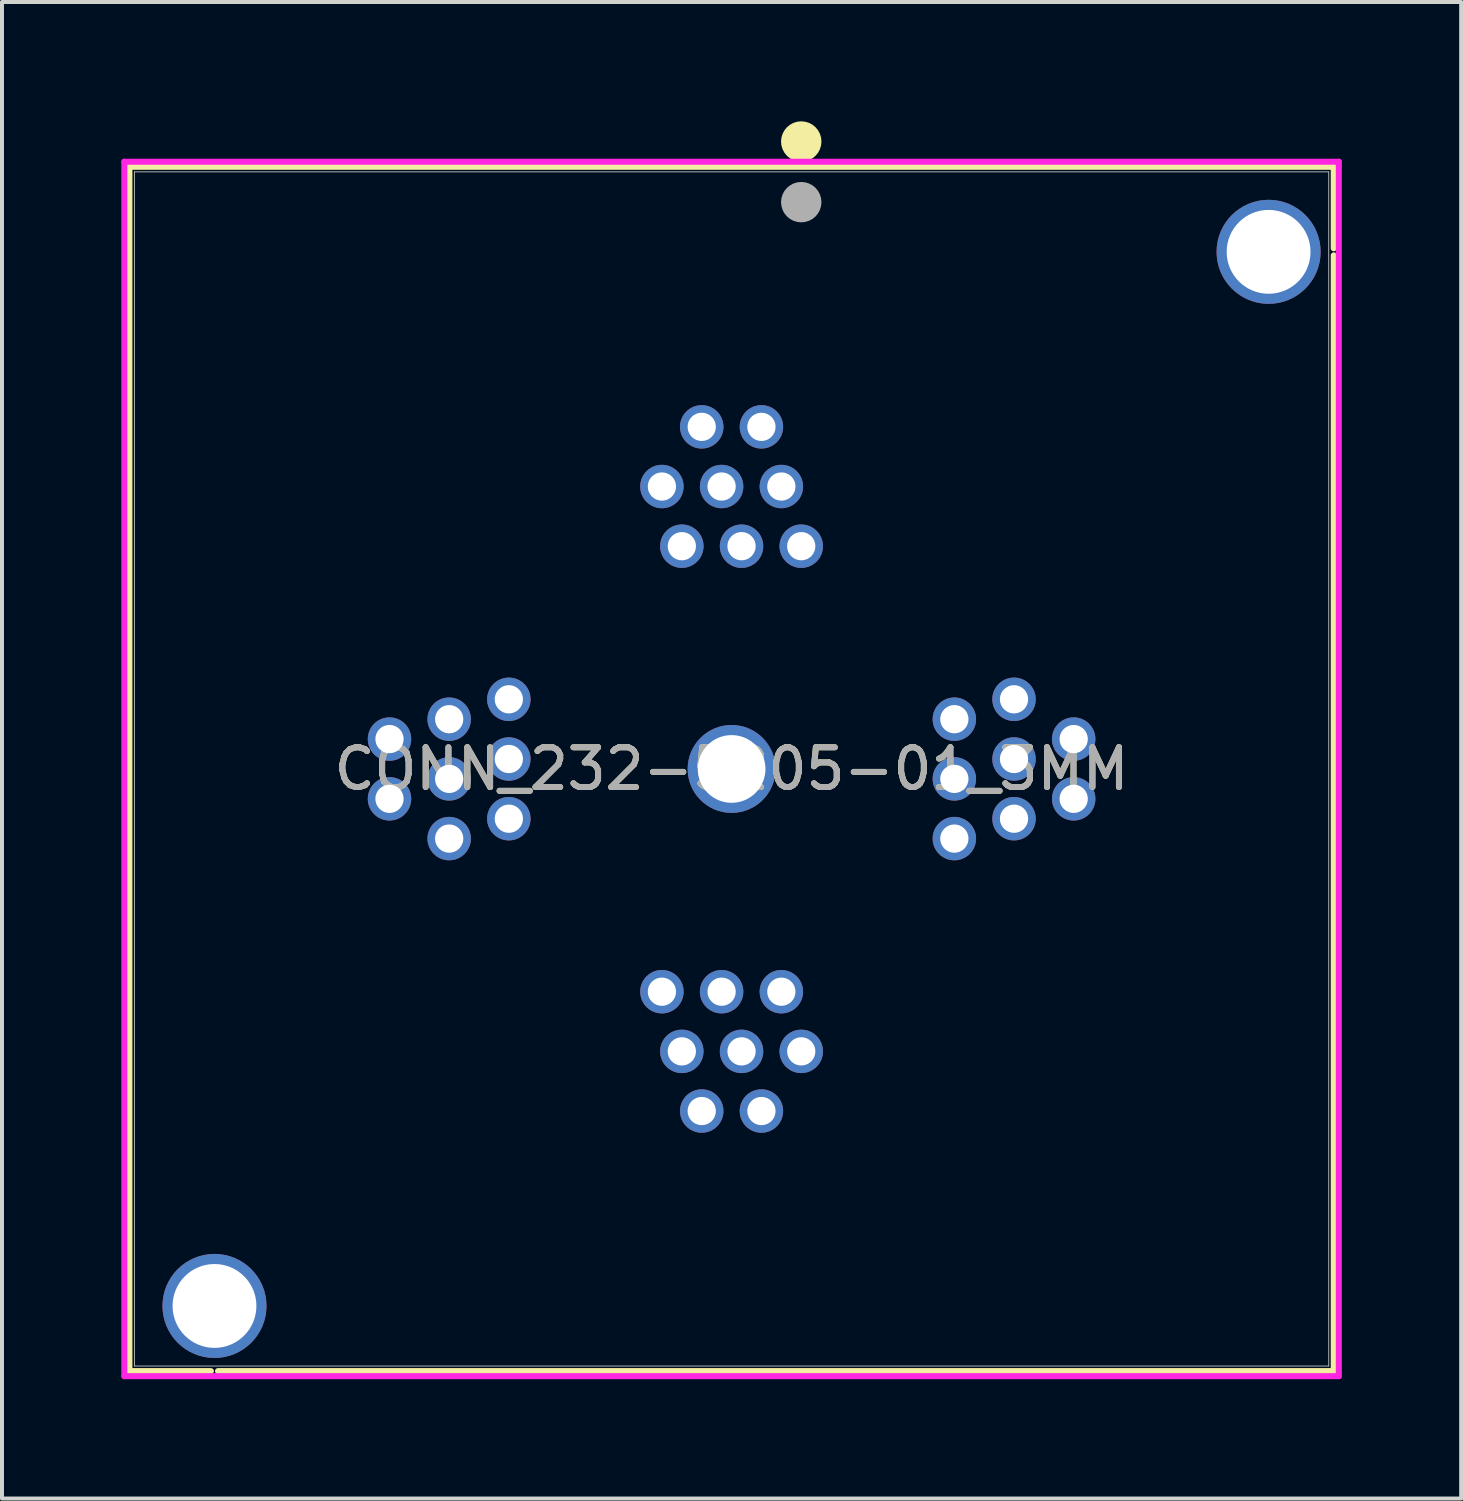
<source format=kicad_pcb>
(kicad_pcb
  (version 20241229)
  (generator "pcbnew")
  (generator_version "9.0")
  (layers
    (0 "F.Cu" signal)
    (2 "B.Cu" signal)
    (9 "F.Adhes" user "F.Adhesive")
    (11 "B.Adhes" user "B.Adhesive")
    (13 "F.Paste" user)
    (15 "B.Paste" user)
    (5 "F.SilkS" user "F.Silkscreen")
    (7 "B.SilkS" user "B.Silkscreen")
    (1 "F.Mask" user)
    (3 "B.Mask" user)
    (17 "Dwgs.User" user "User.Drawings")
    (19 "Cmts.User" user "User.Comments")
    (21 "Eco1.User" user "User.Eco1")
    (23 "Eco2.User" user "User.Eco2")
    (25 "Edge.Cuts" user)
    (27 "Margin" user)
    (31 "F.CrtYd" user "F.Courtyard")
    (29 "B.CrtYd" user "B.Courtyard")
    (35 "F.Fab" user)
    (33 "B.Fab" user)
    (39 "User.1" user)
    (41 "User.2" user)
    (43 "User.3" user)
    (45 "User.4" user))
  (footprint "CONN_232-5205-01_3MM"
    (layer "F.Cu")
    (at 17.093 10.681)
    (property "Reference" "CONN_232-5205-01_3MM" (at -1.751 5.6 0) (unlocked yes) (layer "F.SilkS") (effects (font (size 1 1) (thickness 0.15))))
    (attr through_hole)
    (fp_line (start -16.89 -9.538) (end -16.89 20.738) (stroke (width 0.152) (type solid)) (layer "F.SilkS"))
    (fp_line (start -16.89 20.738) (end -14.841 20.738) (stroke (width 0.152) (type solid)) (layer "F.SilkS"))
    (fp_line (start -14.662 20.738) (end 13.387 20.738) (stroke (width 0.152) (type solid)) (layer "F.SilkS"))
    (fp_line (start 13.387 -9.538) (end -16.89 -9.538) (stroke (width 0.152) (type solid)) (layer "F.SilkS"))
    (fp_line (start 13.387 -7.489) (end 13.387 -9.538) (stroke (width 0.152) (type solid)) (layer "F.SilkS"))
    (fp_line (start 13.387 20.738) (end 13.387 -7.311) (stroke (width 0.152) (type solid)) (layer "F.SilkS"))
    (fp_circle (center 0 -10.173) (end 0.254 -10.173) (stroke (width 0.508) (type solid)) (fill no) (layer "F.SilkS"))
    (fp_line (start -17.017 -9.665) (end -17.017 20.865) (stroke (width 0.152) (type solid)) (layer "F.CrtYd"))
    (fp_line (start -17.017 20.865) (end 13.514 20.865) (stroke (width 0.152) (type solid)) (layer "F.CrtYd"))
    (fp_line (start 13.514 -9.665) (end -17.017 -9.665) (stroke (width 0.152) (type solid)) (layer "F.CrtYd"))
    (fp_line (start 13.514 20.865) (end 13.514 -9.665) (stroke (width 0.152) (type solid)) (layer "F.CrtYd"))
    (fp_line (start -16.763 -9.411) (end -16.763 20.611) (stroke (width 0.025) (type solid)) (layer "F.Fab"))
    (fp_line (start -16.763 20.611) (end 13.26 20.611) (stroke (width 0.025) (type solid)) (layer "F.Fab"))
    (fp_line (start 13.26 -9.411) (end -16.763 -9.411) (stroke (width 0.025) (type solid)) (layer "F.Fab"))
    (fp_line (start 13.26 20.611) (end 13.26 -9.411) (stroke (width 0.025) (type solid)) (layer "F.Fab"))
    (fp_circle (center 0 -8.649) (end 0.254 -8.649) (stroke (width 0.508) (type solid)) (fill no) (layer "F.Fab"))
    (fp_text user "${REFERENCE}" (at -1.751 5.6 0) (unlocked yes) (layer "F.Fab") (effects (font (size 1 1) (thickness 0.15))))
    (pad "1" thru_hole circle (at 0 0) (size 1.092 1.092) (drill 0.711) (layers "*.Cu" "*.Mask"))
    (pad "2" thru_hole circle (at -0.5 -1.5) (size 1.092 1.092) (drill 0.711) (layers "*.Cu" "*.Mask"))
    (pad "3" thru_hole circle (at -1.001 -3) (size 1.092 1.092) (drill 0.711) (layers "*.Cu" "*.Mask"))
    (pad "4" thru_hole circle (at -1.501 0) (size 1.092 1.092) (drill 0.711) (layers "*.Cu" "*.Mask"))
    (pad "5" thru_hole circle (at -2.002 -1.5) (size 1.092 1.092) (drill 0.711) (layers "*.Cu" "*.Mask"))
    (pad "6" thru_hole circle (at -2.502 -3) (size 1.092 1.092) (drill 0.711) (layers "*.Cu" "*.Mask"))
    (pad "7" thru_hole circle (at -3.002 0) (size 1.092 1.092) (drill 0.711) (layers "*.Cu" "*.Mask"))
    (pad "8" thru_hole circle (at -3.503 -1.5) (size 1.092 1.092) (drill 0.711) (layers "*.Cu" "*.Mask"))
    (pad "9" thru_hole circle (at -7.351 3.849 90) (size 1.092 1.092) (drill 0.711) (layers "*.Cu" "*.Mask"))
    (pad "10" thru_hole circle (at -8.851 4.349 90) (size 1.092 1.092) (drill 0.711) (layers "*.Cu" "*.Mask"))
    (pad "11" thru_hole circle (at -10.351 4.849 90) (size 1.092 1.092) (drill 0.711) (layers "*.Cu" "*.Mask"))
    (pad "12" thru_hole circle (at -7.351 5.35 90) (size 1.092 1.092) (drill 0.711) (layers "*.Cu" "*.Mask"))
    (pad "13" thru_hole circle (at -8.851 5.85 90) (size 1.092 1.092) (drill 0.711) (layers "*.Cu" "*.Mask"))
    (pad "14" thru_hole circle (at -10.351 6.351 90) (size 1.092 1.092) (drill 0.711) (layers "*.Cu" "*.Mask"))
    (pad "15" thru_hole circle (at -7.351 6.851 90) (size 1.092 1.092) (drill 0.711) (layers "*.Cu" "*.Mask"))
    (pad "16" thru_hole circle (at -8.851 7.351 90) (size 1.092 1.092) (drill 0.711) (layers "*.Cu" "*.Mask"))
    (pad "17" thru_hole circle (at -3.503 11.2) (size 1.092 1.092) (drill 0.711) (layers "*.Cu" "*.Mask"))
    (pad "18" thru_hole circle (at -3.002 12.7) (size 1.092 1.092) (drill 0.711) (layers "*.Cu" "*.Mask"))
    (pad "19" thru_hole circle (at -2.502 14.2) (size 1.092 1.092) (drill 0.711) (layers "*.Cu" "*.Mask"))
    (pad "20" thru_hole circle (at -2.002 11.2) (size 1.092 1.092) (drill 0.711) (layers "*.Cu" "*.Mask"))
    (pad "21" thru_hole circle (at -1.501 12.7) (size 1.092 1.092) (drill 0.711) (layers "*.Cu" "*.Mask"))
    (pad "22" thru_hole circle (at -1.001 14.2) (size 1.092 1.092) (drill 0.711) (layers "*.Cu" "*.Mask"))
    (pad "23" thru_hole circle (at -0.5 11.2) (size 1.092 1.092) (drill 0.711) (layers "*.Cu" "*.Mask"))
    (pad "24" thru_hole circle (at 0 12.7) (size 1.092 1.092) (drill 0.711) (layers "*.Cu" "*.Mask"))
    (pad "25" thru_hole circle (at 3.849 7.351 90) (size 1.092 1.092) (drill 0.711) (layers "*.Cu" "*.Mask"))
    (pad "26" thru_hole circle (at 5.349 6.851 90) (size 1.092 1.092) (drill 0.711) (layers "*.Cu" "*.Mask"))
    (pad "27" thru_hole circle (at 6.849 6.351 90) (size 1.092 1.092) (drill 0.711) (layers "*.Cu" "*.Mask"))
    (pad "28" thru_hole circle (at 3.849 5.85 90) (size 1.092 1.092) (drill 0.711) (layers "*.Cu" "*.Mask"))
    (pad "29" thru_hole circle (at 5.349 5.35 90) (size 1.092 1.092) (drill 0.711) (layers "*.Cu" "*.Mask"))
    (pad "30" thru_hole circle (at 6.849 4.849 90) (size 1.092 1.092) (drill 0.711) (layers "*.Cu" "*.Mask"))
    (pad "31" thru_hole circle (at 3.849 4.349 90) (size 1.092 1.092) (drill 0.711) (layers "*.Cu" "*.Mask"))
    (pad "32" thru_hole circle (at 5.349 3.849 90) (size 1.092 1.092) (drill 0.711) (layers "*.Cu" "*.Mask"))
    (pad "33" thru_hole circle (at -1.751 5.6) (size 2.21 2.21) (drill 1.702) (layers "*.Cu" "*.Mask"))
    (pad "34" thru_hole circle (at -14.751 19.1) (size 2.616 2.616) (drill 2.108) (layers "*.Cu" "*.Mask"))
    (pad "35" thru_hole circle (at 11.749 -7.4) (size 2.616 2.616) (drill 2.108) (layers "*.Cu" "*.Mask")))
  (gr_rect
    (start -3 -3)
    (end 33.683 34.623)
    (stroke (width 0.1) (type default))
    (fill no)
    (layer "Edge.Cuts")))
</source>
